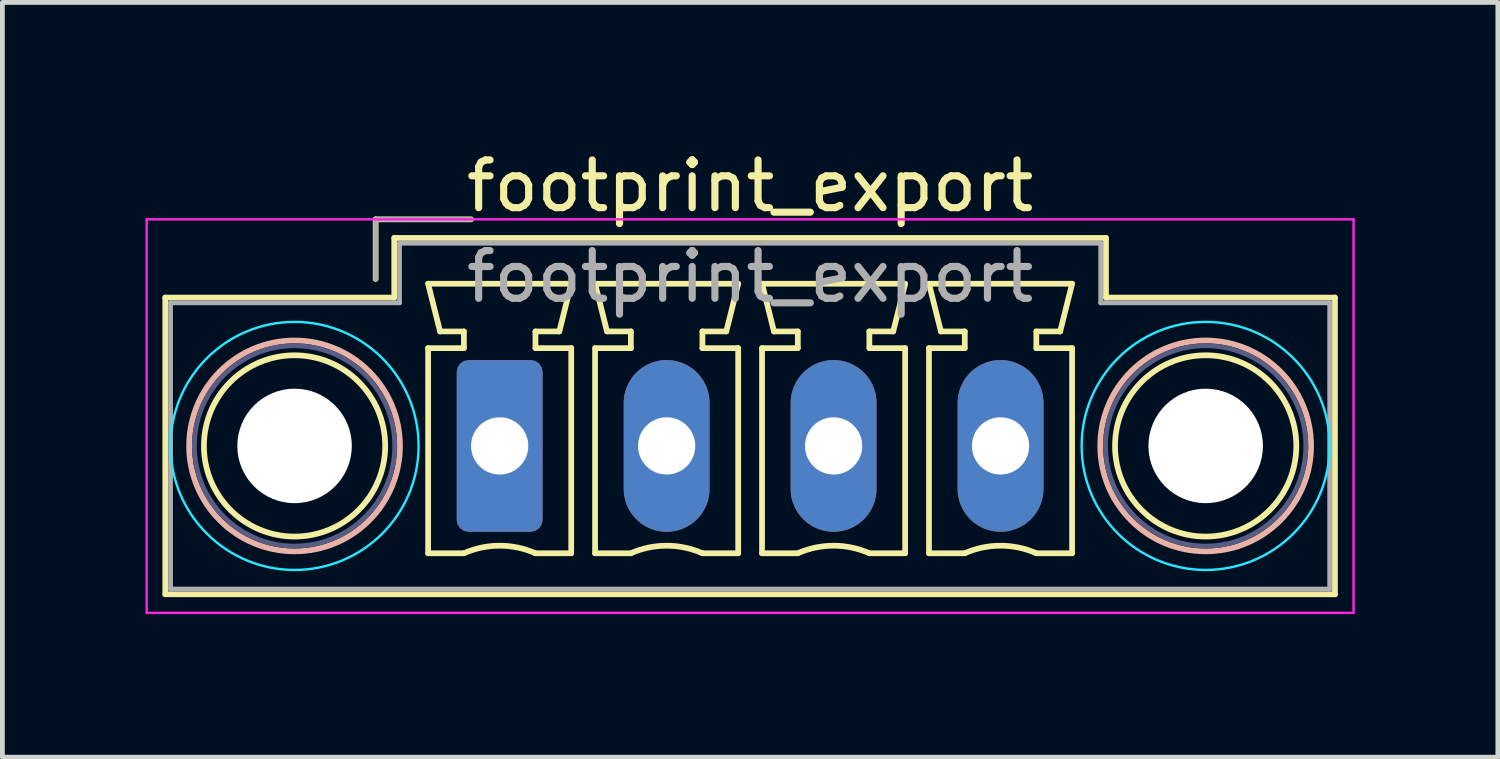
<source format=kicad_pcb>
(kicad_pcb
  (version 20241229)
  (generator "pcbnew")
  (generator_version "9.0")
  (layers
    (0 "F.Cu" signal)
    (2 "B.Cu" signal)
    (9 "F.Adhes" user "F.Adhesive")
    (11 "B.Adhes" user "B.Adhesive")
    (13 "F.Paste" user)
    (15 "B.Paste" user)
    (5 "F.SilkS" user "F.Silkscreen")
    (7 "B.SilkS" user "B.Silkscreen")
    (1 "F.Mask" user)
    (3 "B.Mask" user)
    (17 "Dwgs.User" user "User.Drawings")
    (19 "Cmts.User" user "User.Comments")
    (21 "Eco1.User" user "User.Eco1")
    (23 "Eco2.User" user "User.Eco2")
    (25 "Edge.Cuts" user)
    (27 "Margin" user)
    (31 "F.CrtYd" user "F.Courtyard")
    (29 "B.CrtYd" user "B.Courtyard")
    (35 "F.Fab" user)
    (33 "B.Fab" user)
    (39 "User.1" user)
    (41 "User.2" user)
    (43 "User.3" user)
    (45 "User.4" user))
  (footprint "footprint_export"
    (layer "F.Cu")
    (at 7.425 6.298)
    (property "Reference" "footprint_export" (at 5.25 -5.45 0) (layer "F.SilkS") (effects (font (size 1 1) (thickness 0.15))))
    (attr through_hole)
    (fp_line (start -7.01 -3.11) (end -7.01 3.11) (stroke (width 0.12) (type solid)) (layer "F.SilkS"))
    (fp_line (start -7.01 3.11) (end 17.51 3.11) (stroke (width 0.12) (type solid)) (layer "F.SilkS"))
    (fp_line (start -2.6 -4.75) (end -0.6 -4.75) (stroke (width 0.12) (type solid)) (layer "F.SilkS"))
    (fp_line (start -2.6 -3.5) (end -2.6 -4.75) (stroke (width 0.12) (type solid)) (layer "F.SilkS"))
    (fp_line (start -2.21 -4.36) (end -2.21 -3.11) (stroke (width 0.12) (type solid)) (layer "F.SilkS"))
    (fp_line (start -2.21 -3.11) (end -7.01 -3.11) (stroke (width 0.12) (type solid)) (layer "F.SilkS"))
    (fp_line (start -1.5 -3.4) (end 1.5 -3.4) (stroke (width 0.12) (type solid)) (layer "F.SilkS"))
    (fp_line (start -1.5 -2.05) (end -0.75 -2.05) (stroke (width 0.12) (type solid)) (layer "F.SilkS"))
    (fp_line (start -1.5 2.25) (end -1.5 -2.05) (stroke (width 0.12) (type solid)) (layer "F.SilkS"))
    (fp_line (start -1.25 -2.4) (end -1.5 -3.4) (stroke (width 0.12) (type solid)) (layer "F.SilkS"))
    (fp_line (start -0.75 -2.4) (end -1.25 -2.4) (stroke (width 0.12) (type solid)) (layer "F.SilkS"))
    (fp_line (start -0.75 -2.05) (end -0.75 -2.4) (stroke (width 0.12) (type solid)) (layer "F.SilkS"))
    (fp_line (start -0.75 2.25) (end -1.5 2.25) (stroke (width 0.12) (type solid)) (layer "F.SilkS"))
    (fp_line (start 0.75 -2.4) (end 0.75 -2.05) (stroke (width 0.12) (type solid)) (layer "F.SilkS"))
    (fp_line (start 0.75 -2.05) (end 1.5 -2.05) (stroke (width 0.12) (type solid)) (layer "F.SilkS"))
    (fp_line (start 1.25 -2.4) (end 0.75 -2.4) (stroke (width 0.12) (type solid)) (layer "F.SilkS"))
    (fp_line (start 1.5 -3.4) (end 1.25 -2.4) (stroke (width 0.12) (type solid)) (layer "F.SilkS"))
    (fp_line (start 1.5 -2.05) (end 1.5 2.25) (stroke (width 0.12) (type solid)) (layer "F.SilkS"))
    (fp_line (start 1.5 2.25) (end 0.75 2.25) (stroke (width 0.12) (type solid)) (layer "F.SilkS"))
    (fp_line (start 2 -3.4) (end 5 -3.4) (stroke (width 0.12) (type solid)) (layer "F.SilkS"))
    (fp_line (start 2 -2.05) (end 2.75 -2.05) (stroke (width 0.12) (type solid)) (layer "F.SilkS"))
    (fp_line (start 2 2.25) (end 2 -2.05) (stroke (width 0.12) (type solid)) (layer "F.SilkS"))
    (fp_line (start 2.25 -2.4) (end 2 -3.4) (stroke (width 0.12) (type solid)) (layer "F.SilkS"))
    (fp_line (start 2.75 -2.4) (end 2.25 -2.4) (stroke (width 0.12) (type solid)) (layer "F.SilkS"))
    (fp_line (start 2.75 -2.05) (end 2.75 -2.4) (stroke (width 0.12) (type solid)) (layer "F.SilkS"))
    (fp_line (start 2.75 2.25) (end 2 2.25) (stroke (width 0.12) (type solid)) (layer "F.SilkS"))
    (fp_line (start 4.25 -2.4) (end 4.25 -2.05) (stroke (width 0.12) (type solid)) (layer "F.SilkS"))
    (fp_line (start 4.25 -2.05) (end 5 -2.05) (stroke (width 0.12) (type solid)) (layer "F.SilkS"))
    (fp_line (start 4.75 -2.4) (end 4.25 -2.4) (stroke (width 0.12) (type solid)) (layer "F.SilkS"))
    (fp_line (start 5 -3.4) (end 4.75 -2.4) (stroke (width 0.12) (type solid)) (layer "F.SilkS"))
    (fp_line (start 5 -2.05) (end 5 2.25) (stroke (width 0.12) (type solid)) (layer "F.SilkS"))
    (fp_line (start 5 2.25) (end 4.25 2.25) (stroke (width 0.12) (type solid)) (layer "F.SilkS"))
    (fp_line (start 5.5 -3.4) (end 8.5 -3.4) (stroke (width 0.12) (type solid)) (layer "F.SilkS"))
    (fp_line (start 5.5 -2.05) (end 6.25 -2.05) (stroke (width 0.12) (type solid)) (layer "F.SilkS"))
    (fp_line (start 5.5 2.25) (end 5.5 -2.05) (stroke (width 0.12) (type solid)) (layer "F.SilkS"))
    (fp_line (start 5.75 -2.4) (end 5.5 -3.4) (stroke (width 0.12) (type solid)) (layer "F.SilkS"))
    (fp_line (start 6.25 -2.4) (end 5.75 -2.4) (stroke (width 0.12) (type solid)) (layer "F.SilkS"))
    (fp_line (start 6.25 -2.05) (end 6.25 -2.4) (stroke (width 0.12) (type solid)) (layer "F.SilkS"))
    (fp_line (start 6.25 2.25) (end 5.5 2.25) (stroke (width 0.12) (type solid)) (layer "F.SilkS"))
    (fp_line (start 7.75 -2.4) (end 7.75 -2.05) (stroke (width 0.12) (type solid)) (layer "F.SilkS"))
    (fp_line (start 7.75 -2.05) (end 8.5 -2.05) (stroke (width 0.12) (type solid)) (layer "F.SilkS"))
    (fp_line (start 8.25 -2.4) (end 7.75 -2.4) (stroke (width 0.12) (type solid)) (layer "F.SilkS"))
    (fp_line (start 8.5 -3.4) (end 8.25 -2.4) (stroke (width 0.12) (type solid)) (layer "F.SilkS"))
    (fp_line (start 8.5 -2.05) (end 8.5 2.25) (stroke (width 0.12) (type solid)) (layer "F.SilkS"))
    (fp_line (start 8.5 2.25) (end 7.75 2.25) (stroke (width 0.12) (type solid)) (layer "F.SilkS"))
    (fp_line (start 9 -3.4) (end 12 -3.4) (stroke (width 0.12) (type solid)) (layer "F.SilkS"))
    (fp_line (start 9 -2.05) (end 9.75 -2.05) (stroke (width 0.12) (type solid)) (layer "F.SilkS"))
    (fp_line (start 9 2.25) (end 9 -2.05) (stroke (width 0.12) (type solid)) (layer "F.SilkS"))
    (fp_line (start 9.25 -2.4) (end 9 -3.4) (stroke (width 0.12) (type solid)) (layer "F.SilkS"))
    (fp_line (start 9.75 -2.4) (end 9.25 -2.4) (stroke (width 0.12) (type solid)) (layer "F.SilkS"))
    (fp_line (start 9.75 -2.05) (end 9.75 -2.4) (stroke (width 0.12) (type solid)) (layer "F.SilkS"))
    (fp_line (start 9.75 2.25) (end 9 2.25) (stroke (width 0.12) (type solid)) (layer "F.SilkS"))
    (fp_line (start 11.25 -2.4) (end 11.25 -2.05) (stroke (width 0.12) (type solid)) (layer "F.SilkS"))
    (fp_line (start 11.25 -2.05) (end 12 -2.05) (stroke (width 0.12) (type solid)) (layer "F.SilkS"))
    (fp_line (start 11.75 -2.4) (end 11.25 -2.4) (stroke (width 0.12) (type solid)) (layer "F.SilkS"))
    (fp_line (start 12 -3.4) (end 11.75 -2.4) (stroke (width 0.12) (type solid)) (layer "F.SilkS"))
    (fp_line (start 12 -2.05) (end 12 2.25) (stroke (width 0.12) (type solid)) (layer "F.SilkS"))
    (fp_line (start 12 2.25) (end 11.25 2.25) (stroke (width 0.12) (type solid)) (layer "F.SilkS"))
    (fp_line (start 12.71 -4.36) (end -2.21 -4.36) (stroke (width 0.12) (type solid)) (layer "F.SilkS"))
    (fp_line (start 12.71 -3.11) (end 12.71 -4.36) (stroke (width 0.12) (type solid)) (layer "F.SilkS"))
    (fp_line (start 17.51 -3.11) (end 12.71 -3.11) (stroke (width 0.12) (type solid)) (layer "F.SilkS"))
    (fp_line (start 17.51 3.11) (end 17.51 -3.11) (stroke (width 0.12) (type solid)) (layer "F.SilkS"))
    (fp_arc (start -0.75 2.25) (mid -0.000193 2.09191) (end 0.749647 2.249844) (stroke (width 0.12) (type solid)) (layer "F.SilkS"))
    (fp_arc (start 2.75 2.25) (mid 3.499807 2.09191) (end 4.249647 2.249844) (stroke (width 0.12) (type solid)) (layer "F.SilkS"))
    (fp_arc (start 6.25 2.25) (mid 6.999807 2.09191) (end 7.749647 2.249844) (stroke (width 0.12) (type solid)) (layer "F.SilkS"))
    (fp_arc (start 9.75 2.25) (mid 10.499807 2.09191) (end 11.249647 2.249844) (stroke (width 0.12) (type solid)) (layer "F.SilkS"))
    (fp_circle (center -4.3 0) (end -2.4 0) (stroke (width 0.12) (type solid)) (fill no) (layer "F.SilkS"))
    (fp_circle (center 14.8 0) (end 16.7 0) (stroke (width 0.12) (type solid)) (fill no) (layer "F.SilkS"))
    (fp_circle (center -4.3 0) (end -2.09 0) (stroke (width 0.12) (type solid)) (fill no) (layer "B.SilkS"))
    (fp_circle (center 14.8 0) (end 17.01 0) (stroke (width 0.12) (type solid)) (fill no) (layer "B.SilkS"))
    (fp_circle (center -4.3 0) (end -1.7 0) (stroke (width 0.05) (type solid)) (fill no) (layer "B.CrtYd"))
    (fp_circle (center 14.8 0) (end 17.4 0) (stroke (width 0.05) (type solid)) (fill no) (layer "B.CrtYd"))
    (fp_line (start -7.4 -4.75) (end -7.4 3.5) (stroke (width 0.05) (type solid)) (layer "F.CrtYd"))
    (fp_line (start -7.4 3.5) (end 17.9 3.5) (stroke (width 0.05) (type solid)) (layer "F.CrtYd"))
    (fp_line (start 17.9 -4.75) (end -7.4 -4.75) (stroke (width 0.05) (type solid)) (layer "F.CrtYd"))
    (fp_line (start 17.9 3.5) (end 17.9 -4.75) (stroke (width 0.05) (type solid)) (layer "F.CrtYd"))
    (fp_circle (center -4.3 0) (end -2.2 0) (stroke (width 0.1) (type solid)) (fill no) (layer "B.Fab"))
    (fp_circle (center 14.8 0) (end 16.9 0) (stroke (width 0.1) (type solid)) (fill no) (layer "B.Fab"))
    (fp_line (start -6.9 -3) (end -6.9 3) (stroke (width 0.1) (type solid)) (layer "F.Fab"))
    (fp_line (start -6.9 3) (end 17.4 3) (stroke (width 0.1) (type solid)) (layer "F.Fab"))
    (fp_line (start -2.6 -4.75) (end -0.6 -4.75) (stroke (width 0.1) (type solid)) (layer "F.Fab"))
    (fp_line (start -2.6 -3.5) (end -2.6 -4.75) (stroke (width 0.1) (type solid)) (layer "F.Fab"))
    (fp_line (start -2.1 -4.25) (end -2.1 -3) (stroke (width 0.1) (type solid)) (layer "F.Fab"))
    (fp_line (start -2.1 -3) (end -6.9 -3) (stroke (width 0.1) (type solid)) (layer "F.Fab"))
    (fp_line (start 12.6 -4.25) (end -2.1 -4.25) (stroke (width 0.1) (type solid)) (layer "F.Fab"))
    (fp_line (start 12.6 -3) (end 12.6 -4.25) (stroke (width 0.1) (type solid)) (layer "F.Fab"))
    (fp_line (start 17.4 -3) (end 12.6 -3) (stroke (width 0.1) (type solid)) (layer "F.Fab"))
    (fp_line (start 17.4 3) (end 17.4 -3) (stroke (width 0.1) (type solid)) (layer "F.Fab"))
    (fp_text user "${REFERENCE}" (at 5.25 -3.55 0) (layer "F.Fab") (effects (font (size 1 1) (thickness 0.15))))
    (pad "" np_thru_hole circle (at -4.3 0) (size 2.4 2.4) (drill 2.4) (layers "*.Cu" "*.Mask"))
    (pad "" np_thru_hole circle (at 14.8 0) (size 2.4 2.4) (drill 2.4) (layers "*.Cu" "*.Mask"))
    (pad "1" thru_hole roundrect (at 0 0) (size 1.8 3.6) (drill 1.2) (layers "*.Cu" "*.Mask") (roundrect_rratio 0.139))
    (pad "2" thru_hole oval (at 3.5 0) (size 1.8 3.6) (drill 1.2) (layers "*.Cu" "*.Mask"))
    (pad "3" thru_hole oval (at 7 0) (size 1.8 3.6) (drill 1.2) (layers "*.Cu" "*.Mask"))
    (pad "4" thru_hole oval (at 10.5 0) (size 1.8 3.6) (drill 1.2) (layers "*.Cu" "*.Mask")))
  (gr_rect
    (start -3 -3)
    (end 28.35 12.823)
    (stroke (width 0.1) (type default))
    (fill no)
    (layer "Edge.Cuts")))
</source>
